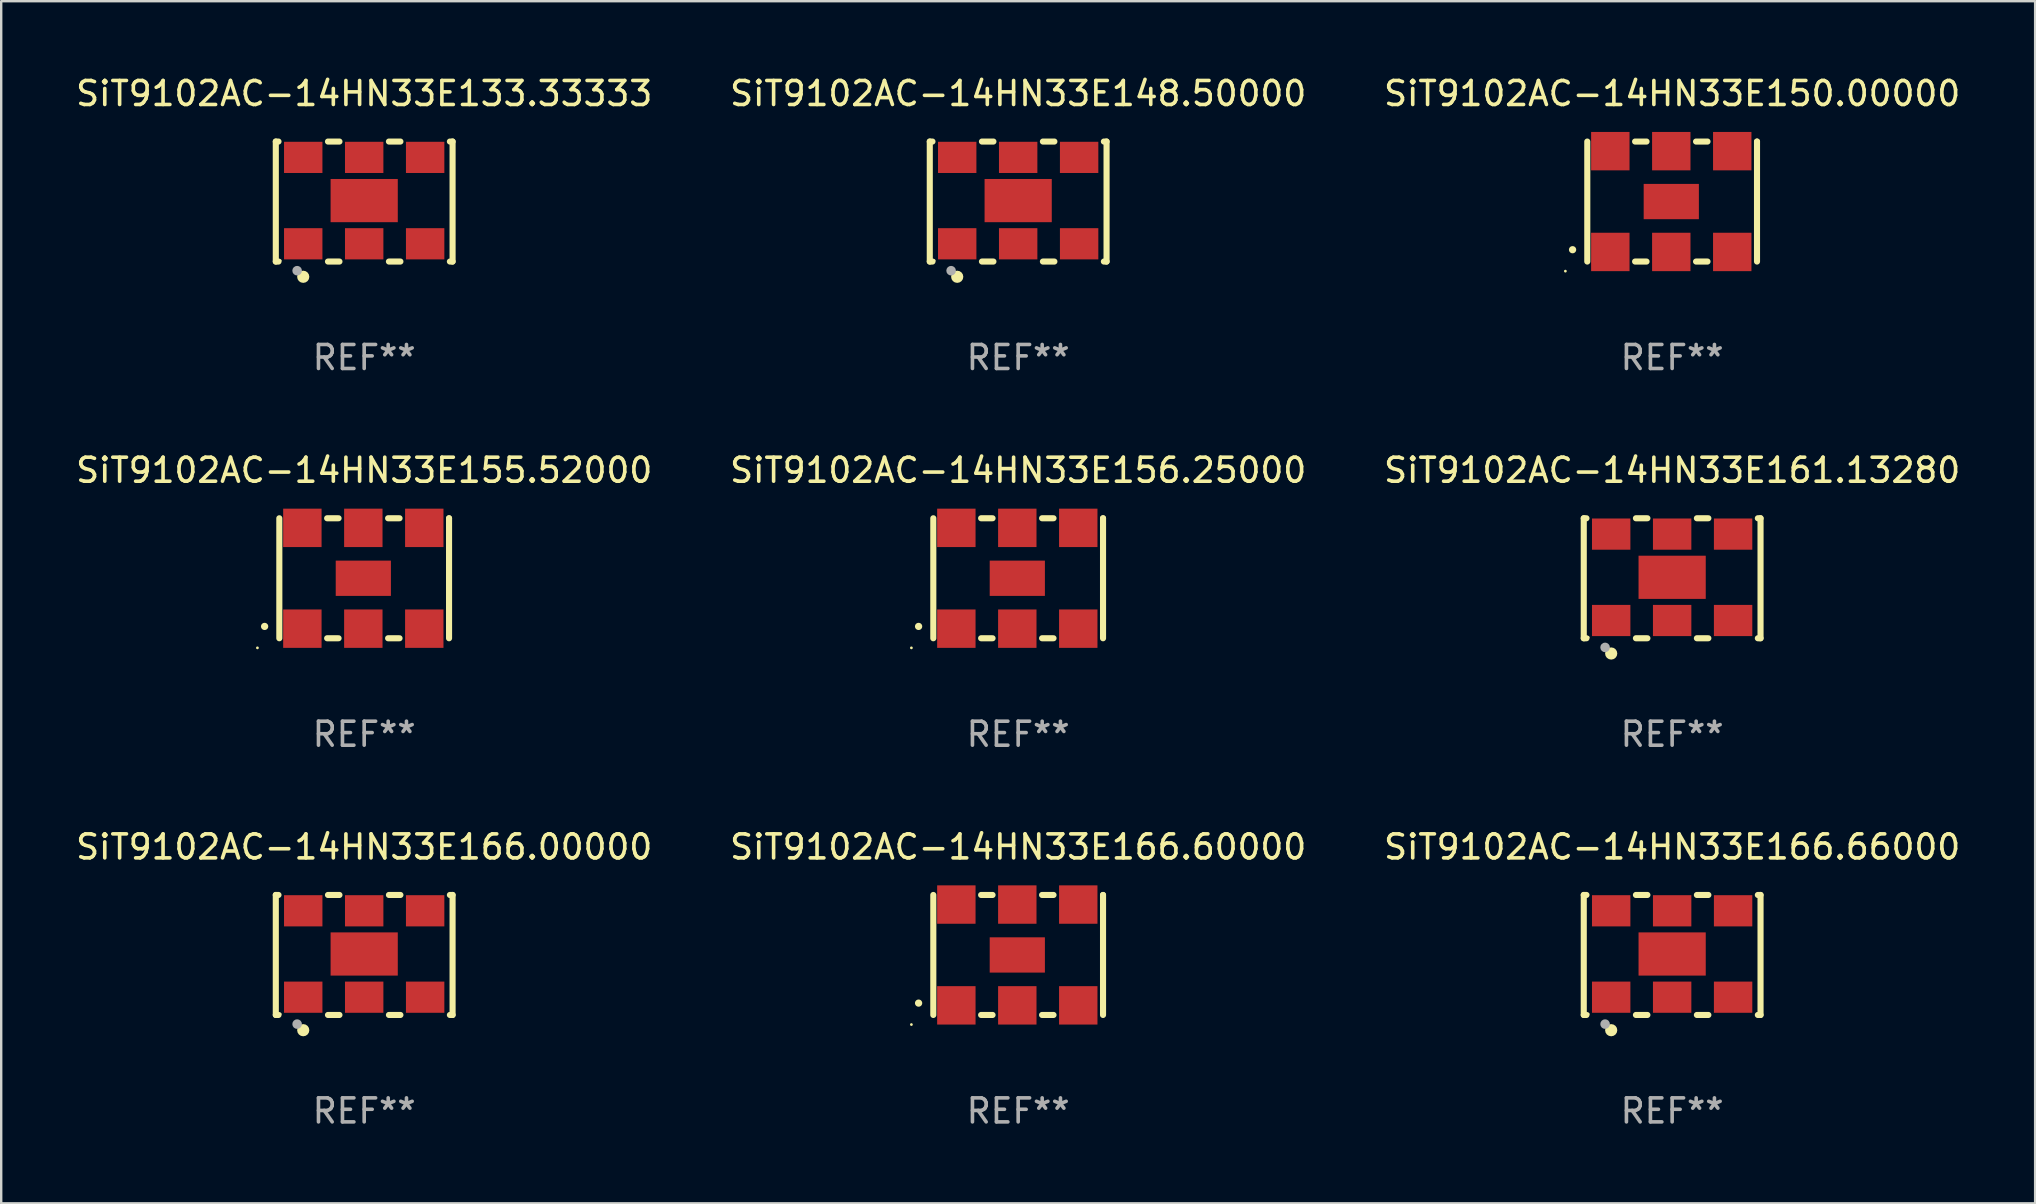
<source format=kicad_pcb>
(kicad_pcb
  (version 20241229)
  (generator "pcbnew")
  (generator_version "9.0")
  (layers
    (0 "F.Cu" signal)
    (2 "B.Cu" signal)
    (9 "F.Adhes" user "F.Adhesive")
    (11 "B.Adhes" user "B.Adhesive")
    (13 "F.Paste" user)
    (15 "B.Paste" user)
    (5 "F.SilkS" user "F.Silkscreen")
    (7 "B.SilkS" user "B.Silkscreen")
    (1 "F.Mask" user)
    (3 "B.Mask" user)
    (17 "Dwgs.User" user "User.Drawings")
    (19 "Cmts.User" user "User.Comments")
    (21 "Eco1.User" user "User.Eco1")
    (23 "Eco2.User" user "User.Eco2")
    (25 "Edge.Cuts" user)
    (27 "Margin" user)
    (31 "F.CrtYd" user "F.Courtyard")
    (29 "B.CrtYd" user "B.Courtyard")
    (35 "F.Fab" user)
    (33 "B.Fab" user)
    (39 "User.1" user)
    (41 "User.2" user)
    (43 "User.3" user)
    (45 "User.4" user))
  (footprint "SiT9102AC-14HN33E148.50000"
    (layer "F.Cu")
    (at 39.375 5.348)
    (property "Reference" "SiT9102AC-14HN33E148.50000" (at 0 -4.5 0) (layer "F.SilkS") (effects (font (size 1 1) (thickness 0.15))))
    (attr through_hole)
    (fp_line (start -3.683 -2.5) (end -3.571 -2.5) (stroke (width 0.254) (type solid)) (layer "F.SilkS"))
    (fp_line (start -3.683 2.5) (end -3.683 -2.5) (stroke (width 0.254) (type solid)) (layer "F.SilkS"))
    (fp_line (start -3.683 2.5) (end -3.571 2.5) (stroke (width 0.254) (type solid)) (layer "F.SilkS"))
    (fp_line (start -1.509 -2.5) (end -1.031 -2.5) (stroke (width 0.254) (type solid)) (layer "F.SilkS"))
    (fp_line (start -1.509 2.5) (end -1.031 2.5) (stroke (width 0.254) (type solid)) (layer "F.SilkS"))
    (fp_line (start 1.031 -2.5) (end 1.509 -2.5) (stroke (width 0.254) (type solid)) (layer "F.SilkS"))
    (fp_line (start 1.031 2.5) (end 1.509 2.5) (stroke (width 0.254) (type solid)) (layer "F.SilkS"))
    (fp_line (start 3.571 -2.5) (end 3.683 -2.5) (stroke (width 0.254) (type solid)) (layer "F.SilkS"))
    (fp_line (start 3.571 2.5) (end 3.683 2.5) (stroke (width 0.254) (type solid)) (layer "F.SilkS"))
    (fp_line (start 3.683 2.5) (end 3.683 -2.5) (stroke (width 0.254) (type solid)) (layer "F.SilkS"))
    (fp_circle (center -3.5 2.46) (end -3.47 2.46) (stroke (width 0.06) (type solid)) (fill no) (layer "F.SilkS"))
    (fp_circle (center -2.54 3.135) (end -2.413 3.135) (stroke (width 0.254) (type solid)) (fill no) (layer "F.SilkS"))
    (fp_circle (center -2.794 2.881) (end -2.694 2.881) (stroke (width 0.2) (type solid)) (fill no) (layer "F.Fab"))
    (fp_text user "REF**" (at 0 6.5 0) (layer "F.Fab") (effects (font (size 1 1) (thickness 0.15))))
    (pad "1" smd rect (at -2.54 1.76) (size 1.6 1.3) (layers "F.Cu" "F.Mask" "F.Paste"))
    (pad "2" smd rect (at 0 1.76) (size 1.6 1.3) (layers "F.Cu" "F.Mask" "F.Paste"))
    (pad "3" smd rect (at 2.54 1.76) (size 1.6 1.3) (layers "F.Cu" "F.Mask" "F.Paste"))
    (pad "4" smd rect (at 2.54 -1.84) (size 1.6 1.3) (layers "F.Cu" "F.Mask" "F.Paste"))
    (pad "5" smd rect (at 0 -1.84) (size 1.6 1.3) (layers "F.Cu" "F.Mask" "F.Paste"))
    (pad "6" smd rect (at -2.54 -1.84) (size 1.6 1.3) (layers "F.Cu" "F.Mask" "F.Paste"))
    (pad "7" smd rect (at 0 -0.04) (size 2.8 1.8) (layers "F.Cu" "F.Mask" "F.Paste")))
  (footprint "SiT9102AC-14HN33E166.00000"
    (layer "F.Cu")
    (at 12.125 36.741)
    (property "Reference" "SiT9102AC-14HN33E166.00000" (at 0 -4.5 0) (layer "F.SilkS") (effects (font (size 1 1) (thickness 0.15))))
    (attr through_hole)
    (fp_line (start -3.683 -2.5) (end -3.571 -2.5) (stroke (width 0.254) (type solid)) (layer "F.SilkS"))
    (fp_line (start -3.683 2.5) (end -3.683 -2.5) (stroke (width 0.254) (type solid)) (layer "F.SilkS"))
    (fp_line (start -3.683 2.5) (end -3.571 2.5) (stroke (width 0.254) (type solid)) (layer "F.SilkS"))
    (fp_line (start -1.509 -2.5) (end -1.031 -2.5) (stroke (width 0.254) (type solid)) (layer "F.SilkS"))
    (fp_line (start -1.509 2.5) (end -1.031 2.5) (stroke (width 0.254) (type solid)) (layer "F.SilkS"))
    (fp_line (start 1.031 -2.5) (end 1.509 -2.5) (stroke (width 0.254) (type solid)) (layer "F.SilkS"))
    (fp_line (start 1.031 2.5) (end 1.509 2.5) (stroke (width 0.254) (type solid)) (layer "F.SilkS"))
    (fp_line (start 3.571 -2.5) (end 3.683 -2.5) (stroke (width 0.254) (type solid)) (layer "F.SilkS"))
    (fp_line (start 3.571 2.5) (end 3.683 2.5) (stroke (width 0.254) (type solid)) (layer "F.SilkS"))
    (fp_line (start 3.683 2.5) (end 3.683 -2.5) (stroke (width 0.254) (type solid)) (layer "F.SilkS"))
    (fp_circle (center -3.5 2.46) (end -3.47 2.46) (stroke (width 0.06) (type solid)) (fill no) (layer "F.SilkS"))
    (fp_circle (center -2.54 3.135) (end -2.413 3.135) (stroke (width 0.254) (type solid)) (fill no) (layer "F.SilkS"))
    (fp_circle (center -2.794 2.881) (end -2.694 2.881) (stroke (width 0.2) (type solid)) (fill no) (layer "F.Fab"))
    (fp_text user "REF**" (at 0 6.5 0) (layer "F.Fab") (effects (font (size 1 1) (thickness 0.15))))
    (pad "1" smd rect (at -2.54 1.76) (size 1.6 1.3) (layers "F.Cu" "F.Mask" "F.Paste"))
    (pad "2" smd rect (at 0 1.76) (size 1.6 1.3) (layers "F.Cu" "F.Mask" "F.Paste"))
    (pad "3" smd rect (at 2.54 1.76) (size 1.6 1.3) (layers "F.Cu" "F.Mask" "F.Paste"))
    (pad "4" smd rect (at 2.54 -1.84) (size 1.6 1.3) (layers "F.Cu" "F.Mask" "F.Paste"))
    (pad "5" smd rect (at 0 -1.84) (size 1.6 1.3) (layers "F.Cu" "F.Mask" "F.Paste"))
    (pad "6" smd rect (at -2.54 -1.84) (size 1.6 1.3) (layers "F.Cu" "F.Mask" "F.Paste"))
    (pad "7" smd rect (at 0 -0.04) (size 2.8 1.8) (layers "F.Cu" "F.Mask" "F.Paste")))
  (footprint "SiT9102AC-14HN33E155.52000"
    (layer "F.Cu")
    (at 12.125 21.045)
    (property "Reference" "SiT9102AC-14HN33E155.52000" (at 0 -4.5 0) (layer "F.SilkS") (effects (font (size 1 1) (thickness 0.15))))
    (attr through_hole)
    (fp_line (start -3.536 -2.5) (end -3.536 2.5) (stroke (width 0.254) (type solid)) (layer "F.SilkS"))
    (fp_line (start -1.544 2.5) (end -1.067 2.5) (stroke (width 0.254) (type solid)) (layer "F.SilkS"))
    (fp_line (start -1.067 -2.5) (end -1.544 -2.5) (stroke (width 0.254) (type solid)) (layer "F.SilkS"))
    (fp_line (start 0.996 2.5) (end 1.473 2.5) (stroke (width 0.254) (type solid)) (layer "F.SilkS"))
    (fp_line (start 1.473 -2.5) (end 0.996 -2.5) (stroke (width 0.254) (type solid)) (layer "F.SilkS"))
    (fp_line (start 3.536 -2.5) (end 3.536 -2.5) (stroke (width 0.254) (type solid)) (layer "F.SilkS"))
    (fp_line (start 3.536 2.5) (end 3.536 -2.5) (stroke (width 0.254) (type solid)) (layer "F.SilkS"))
    (fp_arc (start -4.150432 2.006604) (mid -4.149162 2.006599) (end -4.147892 2.006604) (stroke (width 0.3) (type solid)) (layer "F.SilkS"))
    (fp_circle (center -4.449 2.9) (end -4.419 2.9) (stroke (width 0.06) (type solid)) (fill no) (layer "F.SilkS"))
    (fp_text user "REF**" (at 0 6.5 0) (layer "F.Fab") (effects (font (size 1 1) (thickness 0.15))))
    (pad "1" smd rect (at -2.576 2.1) (size 1.6 1.6) (layers "F.Cu" "F.Mask" "F.Paste"))
    (pad "2" smd rect (at -0.036 2.1) (size 1.6 1.6) (layers "F.Cu" "F.Mask" "F.Paste"))
    (pad "3" smd rect (at 2.504 2.1) (size 1.6 1.6) (layers "F.Cu" "F.Mask" "F.Paste"))
    (pad "4" smd rect (at 2.504 -2.1) (size 1.6 1.6) (layers "F.Cu" "F.Mask" "F.Paste"))
    (pad "5" smd rect (at -0.036 -2.1) (size 1.6 1.6) (layers "F.Cu" "F.Mask" "F.Paste"))
    (pad "6" smd rect (at -2.576 -2.1) (size 1.6 1.6) (layers "F.Cu" "F.Mask" "F.Paste"))
    (pad "7" smd rect (at -0.036 0) (size 2.3 1.47) (layers "F.Cu" "F.Mask" "F.Paste")))
  (footprint "SiT9102AC-14HN33E156.25000"
    (layer "F.Cu")
    (at 39.375 21.045)
    (property "Reference" "SiT9102AC-14HN33E156.25000" (at 0 -4.5 0) (layer "F.SilkS") (effects (font (size 1 1) (thickness 0.15))))
    (attr through_hole)
    (fp_line (start -3.536 -2.5) (end -3.536 2.5) (stroke (width 0.254) (type solid)) (layer "F.SilkS"))
    (fp_line (start -1.544 2.5) (end -1.067 2.5) (stroke (width 0.254) (type solid)) (layer "F.SilkS"))
    (fp_line (start -1.067 -2.5) (end -1.544 -2.5) (stroke (width 0.254) (type solid)) (layer "F.SilkS"))
    (fp_line (start 0.996 2.5) (end 1.473 2.5) (stroke (width 0.254) (type solid)) (layer "F.SilkS"))
    (fp_line (start 1.473 -2.5) (end 0.996 -2.5) (stroke (width 0.254) (type solid)) (layer "F.SilkS"))
    (fp_line (start 3.536 -2.5) (end 3.536 -2.5) (stroke (width 0.254) (type solid)) (layer "F.SilkS"))
    (fp_line (start 3.536 2.5) (end 3.536 -2.5) (stroke (width 0.254) (type solid)) (layer "F.SilkS"))
    (fp_arc (start -4.150432 2.006604) (mid -4.149162 2.006599) (end -4.147892 2.006604) (stroke (width 0.3) (type solid)) (layer "F.SilkS"))
    (fp_circle (center -4.449 2.9) (end -4.419 2.9) (stroke (width 0.06) (type solid)) (fill no) (layer "F.SilkS"))
    (fp_text user "REF**" (at 0 6.5 0) (layer "F.Fab") (effects (font (size 1 1) (thickness 0.15))))
    (pad "1" smd rect (at -2.576 2.1) (size 1.6 1.6) (layers "F.Cu" "F.Mask" "F.Paste"))
    (pad "2" smd rect (at -0.036 2.1) (size 1.6 1.6) (layers "F.Cu" "F.Mask" "F.Paste"))
    (pad "3" smd rect (at 2.504 2.1) (size 1.6 1.6) (layers "F.Cu" "F.Mask" "F.Paste"))
    (pad "4" smd rect (at 2.504 -2.1) (size 1.6 1.6) (layers "F.Cu" "F.Mask" "F.Paste"))
    (pad "5" smd rect (at -0.036 -2.1) (size 1.6 1.6) (layers "F.Cu" "F.Mask" "F.Paste"))
    (pad "6" smd rect (at -2.576 -2.1) (size 1.6 1.6) (layers "F.Cu" "F.Mask" "F.Paste"))
    (pad "7" smd rect (at -0.036 0) (size 2.3 1.47) (layers "F.Cu" "F.Mask" "F.Paste")))
  (footprint "SiT9102AC-14HN33E161.13280"
    (layer "F.Cu")
    (at 66.625 21.045)
    (property "Reference" "SiT9102AC-14HN33E161.13280" (at 0 -4.5 0) (layer "F.SilkS") (effects (font (size 1 1) (thickness 0.15))))
    (attr through_hole)
    (fp_line (start -3.683 -2.5) (end -3.571 -2.5) (stroke (width 0.254) (type solid)) (layer "F.SilkS"))
    (fp_line (start -3.683 2.5) (end -3.683 -2.5) (stroke (width 0.254) (type solid)) (layer "F.SilkS"))
    (fp_line (start -3.683 2.5) (end -3.571 2.5) (stroke (width 0.254) (type solid)) (layer "F.SilkS"))
    (fp_line (start -1.509 -2.5) (end -1.031 -2.5) (stroke (width 0.254) (type solid)) (layer "F.SilkS"))
    (fp_line (start -1.509 2.5) (end -1.031 2.5) (stroke (width 0.254) (type solid)) (layer "F.SilkS"))
    (fp_line (start 1.031 -2.5) (end 1.509 -2.5) (stroke (width 0.254) (type solid)) (layer "F.SilkS"))
    (fp_line (start 1.031 2.5) (end 1.509 2.5) (stroke (width 0.254) (type solid)) (layer "F.SilkS"))
    (fp_line (start 3.571 -2.5) (end 3.683 -2.5) (stroke (width 0.254) (type solid)) (layer "F.SilkS"))
    (fp_line (start 3.571 2.5) (end 3.683 2.5) (stroke (width 0.254) (type solid)) (layer "F.SilkS"))
    (fp_line (start 3.683 2.5) (end 3.683 -2.5) (stroke (width 0.254) (type solid)) (layer "F.SilkS"))
    (fp_circle (center -3.5 2.46) (end -3.47 2.46) (stroke (width 0.06) (type solid)) (fill no) (layer "F.SilkS"))
    (fp_circle (center -2.54 3.135) (end -2.413 3.135) (stroke (width 0.254) (type solid)) (fill no) (layer "F.SilkS"))
    (fp_circle (center -2.794 2.881) (end -2.694 2.881) (stroke (width 0.2) (type solid)) (fill no) (layer "F.Fab"))
    (fp_text user "REF**" (at 0 6.5 0) (layer "F.Fab") (effects (font (size 1 1) (thickness 0.15))))
    (pad "1" smd rect (at -2.54 1.76) (size 1.6 1.3) (layers "F.Cu" "F.Mask" "F.Paste"))
    (pad "2" smd rect (at 0 1.76) (size 1.6 1.3) (layers "F.Cu" "F.Mask" "F.Paste"))
    (pad "3" smd rect (at 2.54 1.76) (size 1.6 1.3) (layers "F.Cu" "F.Mask" "F.Paste"))
    (pad "4" smd rect (at 2.54 -1.84) (size 1.6 1.3) (layers "F.Cu" "F.Mask" "F.Paste"))
    (pad "5" smd rect (at 0 -1.84) (size 1.6 1.3) (layers "F.Cu" "F.Mask" "F.Paste"))
    (pad "6" smd rect (at -2.54 -1.84) (size 1.6 1.3) (layers "F.Cu" "F.Mask" "F.Paste"))
    (pad "7" smd rect (at 0 -0.04) (size 2.8 1.8) (layers "F.Cu" "F.Mask" "F.Paste")))
  (footprint "SiT9102AC-14HN33E166.60000"
    (layer "F.Cu")
    (at 39.375 36.741)
    (property "Reference" "SiT9102AC-14HN33E166.60000" (at 0 -4.5 0) (layer "F.SilkS") (effects (font (size 1 1) (thickness 0.15))))
    (attr through_hole)
    (fp_line (start -3.536 -2.5) (end -3.536 2.5) (stroke (width 0.254) (type solid)) (layer "F.SilkS"))
    (fp_line (start -1.544 2.5) (end -1.067 2.5) (stroke (width 0.254) (type solid)) (layer "F.SilkS"))
    (fp_line (start -1.067 -2.5) (end -1.544 -2.5) (stroke (width 0.254) (type solid)) (layer "F.SilkS"))
    (fp_line (start 0.996 2.5) (end 1.473 2.5) (stroke (width 0.254) (type solid)) (layer "F.SilkS"))
    (fp_line (start 1.473 -2.5) (end 0.996 -2.5) (stroke (width 0.254) (type solid)) (layer "F.SilkS"))
    (fp_line (start 3.536 -2.5) (end 3.536 -2.5) (stroke (width 0.254) (type solid)) (layer "F.SilkS"))
    (fp_line (start 3.536 2.5) (end 3.536 -2.5) (stroke (width 0.254) (type solid)) (layer "F.SilkS"))
    (fp_arc (start -4.150432 2.006604) (mid -4.149162 2.006599) (end -4.147892 2.006604) (stroke (width 0.3) (type solid)) (layer "F.SilkS"))
    (fp_circle (center -4.449 2.9) (end -4.419 2.9) (stroke (width 0.06) (type solid)) (fill no) (layer "F.SilkS"))
    (fp_text user "REF**" (at 0 6.5 0) (layer "F.Fab") (effects (font (size 1 1) (thickness 0.15))))
    (pad "1" smd rect (at -2.576 2.1) (size 1.6 1.6) (layers "F.Cu" "F.Mask" "F.Paste"))
    (pad "2" smd rect (at -0.036 2.1) (size 1.6 1.6) (layers "F.Cu" "F.Mask" "F.Paste"))
    (pad "3" smd rect (at 2.504 2.1) (size 1.6 1.6) (layers "F.Cu" "F.Mask" "F.Paste"))
    (pad "4" smd rect (at 2.504 -2.1) (size 1.6 1.6) (layers "F.Cu" "F.Mask" "F.Paste"))
    (pad "5" smd rect (at -0.036 -2.1) (size 1.6 1.6) (layers "F.Cu" "F.Mask" "F.Paste"))
    (pad "6" smd rect (at -2.576 -2.1) (size 1.6 1.6) (layers "F.Cu" "F.Mask" "F.Paste"))
    (pad "7" smd rect (at -0.036 0) (size 2.3 1.47) (layers "F.Cu" "F.Mask" "F.Paste")))
  (footprint "SiT9102AC-14HN33E166.66000"
    (layer "F.Cu")
    (at 66.625 36.741)
    (property "Reference" "SiT9102AC-14HN33E166.66000" (at 0 -4.5 0) (layer "F.SilkS") (effects (font (size 1 1) (thickness 0.15))))
    (attr through_hole)
    (fp_line (start -3.683 -2.5) (end -3.571 -2.5) (stroke (width 0.254) (type solid)) (layer "F.SilkS"))
    (fp_line (start -3.683 2.5) (end -3.683 -2.5) (stroke (width 0.254) (type solid)) (layer "F.SilkS"))
    (fp_line (start -3.683 2.5) (end -3.571 2.5) (stroke (width 0.254) (type solid)) (layer "F.SilkS"))
    (fp_line (start -1.509 -2.5) (end -1.031 -2.5) (stroke (width 0.254) (type solid)) (layer "F.SilkS"))
    (fp_line (start -1.509 2.5) (end -1.031 2.5) (stroke (width 0.254) (type solid)) (layer "F.SilkS"))
    (fp_line (start 1.031 -2.5) (end 1.509 -2.5) (stroke (width 0.254) (type solid)) (layer "F.SilkS"))
    (fp_line (start 1.031 2.5) (end 1.509 2.5) (stroke (width 0.254) (type solid)) (layer "F.SilkS"))
    (fp_line (start 3.571 -2.5) (end 3.683 -2.5) (stroke (width 0.254) (type solid)) (layer "F.SilkS"))
    (fp_line (start 3.571 2.5) (end 3.683 2.5) (stroke (width 0.254) (type solid)) (layer "F.SilkS"))
    (fp_line (start 3.683 2.5) (end 3.683 -2.5) (stroke (width 0.254) (type solid)) (layer "F.SilkS"))
    (fp_circle (center -3.5 2.46) (end -3.47 2.46) (stroke (width 0.06) (type solid)) (fill no) (layer "F.SilkS"))
    (fp_circle (center -2.54 3.135) (end -2.413 3.135) (stroke (width 0.254) (type solid)) (fill no) (layer "F.SilkS"))
    (fp_circle (center -2.794 2.881) (end -2.694 2.881) (stroke (width 0.2) (type solid)) (fill no) (layer "F.Fab"))
    (fp_text user "REF**" (at 0 6.5 0) (layer "F.Fab") (effects (font (size 1 1) (thickness 0.15))))
    (pad "1" smd rect (at -2.54 1.76) (size 1.6 1.3) (layers "F.Cu" "F.Mask" "F.Paste"))
    (pad "2" smd rect (at 0 1.76) (size 1.6 1.3) (layers "F.Cu" "F.Mask" "F.Paste"))
    (pad "3" smd rect (at 2.54 1.76) (size 1.6 1.3) (layers "F.Cu" "F.Mask" "F.Paste"))
    (pad "4" smd rect (at 2.54 -1.84) (size 1.6 1.3) (layers "F.Cu" "F.Mask" "F.Paste"))
    (pad "5" smd rect (at 0 -1.84) (size 1.6 1.3) (layers "F.Cu" "F.Mask" "F.Paste"))
    (pad "6" smd rect (at -2.54 -1.84) (size 1.6 1.3) (layers "F.Cu" "F.Mask" "F.Paste"))
    (pad "7" smd rect (at 0 -0.04) (size 2.8 1.8) (layers "F.Cu" "F.Mask" "F.Paste")))
  (footprint "SiT9102AC-14HN33E150.00000"
    (layer "F.Cu")
    (at 66.625 5.348)
    (property "Reference" "SiT9102AC-14HN33E150.00000" (at 0 -4.5 0) (layer "F.SilkS") (effects (font (size 1 1) (thickness 0.15))))
    (attr through_hole)
    (fp_line (start -3.536 -2.5) (end -3.536 2.5) (stroke (width 0.254) (type solid)) (layer "F.SilkS"))
    (fp_line (start -1.544 2.5) (end -1.067 2.5) (stroke (width 0.254) (type solid)) (layer "F.SilkS"))
    (fp_line (start -1.067 -2.5) (end -1.544 -2.5) (stroke (width 0.254) (type solid)) (layer "F.SilkS"))
    (fp_line (start 0.996 2.5) (end 1.473 2.5) (stroke (width 0.254) (type solid)) (layer "F.SilkS"))
    (fp_line (start 1.473 -2.5) (end 0.996 -2.5) (stroke (width 0.254) (type solid)) (layer "F.SilkS"))
    (fp_line (start 3.536 -2.5) (end 3.536 -2.5) (stroke (width 0.254) (type solid)) (layer "F.SilkS"))
    (fp_line (start 3.536 2.5) (end 3.536 -2.5) (stroke (width 0.254) (type solid)) (layer "F.SilkS"))
    (fp_arc (start -4.150432 2.006604) (mid -4.149162 2.006599) (end -4.147892 2.006604) (stroke (width 0.3) (type solid)) (layer "F.SilkS"))
    (fp_circle (center -4.449 2.9) (end -4.419 2.9) (stroke (width 0.06) (type solid)) (fill no) (layer "F.SilkS"))
    (fp_text user "REF**" (at 0 6.5 0) (layer "F.Fab") (effects (font (size 1 1) (thickness 0.15))))
    (pad "1" smd rect (at -2.576 2.1) (size 1.6 1.6) (layers "F.Cu" "F.Mask" "F.Paste"))
    (pad "2" smd rect (at -0.036 2.1) (size 1.6 1.6) (layers "F.Cu" "F.Mask" "F.Paste"))
    (pad "3" smd rect (at 2.504 2.1) (size 1.6 1.6) (layers "F.Cu" "F.Mask" "F.Paste"))
    (pad "4" smd rect (at 2.504 -2.1) (size 1.6 1.6) (layers "F.Cu" "F.Mask" "F.Paste"))
    (pad "5" smd rect (at -0.036 -2.1) (size 1.6 1.6) (layers "F.Cu" "F.Mask" "F.Paste"))
    (pad "6" smd rect (at -2.576 -2.1) (size 1.6 1.6) (layers "F.Cu" "F.Mask" "F.Paste"))
    (pad "7" smd rect (at -0.036 0) (size 2.3 1.47) (layers "F.Cu" "F.Mask" "F.Paste")))
  (footprint "SiT9102AC-14HN33E133.33333"
    (layer "F.Cu")
    (at 12.125 5.348)
    (property "Reference" "SiT9102AC-14HN33E133.33333" (at 0 -4.5 0) (layer "F.SilkS") (effects (font (size 1 1) (thickness 0.15))))
    (attr through_hole)
    (fp_line (start -3.683 -2.5) (end -3.571 -2.5) (stroke (width 0.254) (type solid)) (layer "F.SilkS"))
    (fp_line (start -3.683 2.5) (end -3.683 -2.5) (stroke (width 0.254) (type solid)) (layer "F.SilkS"))
    (fp_line (start -3.683 2.5) (end -3.571 2.5) (stroke (width 0.254) (type solid)) (layer "F.SilkS"))
    (fp_line (start -1.509 -2.5) (end -1.031 -2.5) (stroke (width 0.254) (type solid)) (layer "F.SilkS"))
    (fp_line (start -1.509 2.5) (end -1.031 2.5) (stroke (width 0.254) (type solid)) (layer "F.SilkS"))
    (fp_line (start 1.031 -2.5) (end 1.509 -2.5) (stroke (width 0.254) (type solid)) (layer "F.SilkS"))
    (fp_line (start 1.031 2.5) (end 1.509 2.5) (stroke (width 0.254) (type solid)) (layer "F.SilkS"))
    (fp_line (start 3.571 -2.5) (end 3.683 -2.5) (stroke (width 0.254) (type solid)) (layer "F.SilkS"))
    (fp_line (start 3.571 2.5) (end 3.683 2.5) (stroke (width 0.254) (type solid)) (layer "F.SilkS"))
    (fp_line (start 3.683 2.5) (end 3.683 -2.5) (stroke (width 0.254) (type solid)) (layer "F.SilkS"))
    (fp_circle (center -3.5 2.46) (end -3.47 2.46) (stroke (width 0.06) (type solid)) (fill no) (layer "F.SilkS"))
    (fp_circle (center -2.54 3.135) (end -2.413 3.135) (stroke (width 0.254) (type solid)) (fill no) (layer "F.SilkS"))
    (fp_circle (center -2.794 2.881) (end -2.694 2.881) (stroke (width 0.2) (type solid)) (fill no) (layer "F.Fab"))
    (fp_text user "REF**" (at 0 6.5 0) (layer "F.Fab") (effects (font (size 1 1) (thickness 0.15))))
    (pad "1" smd rect (at -2.54 1.76) (size 1.6 1.3) (layers "F.Cu" "F.Mask" "F.Paste"))
    (pad "2" smd rect (at 0 1.76) (size 1.6 1.3) (layers "F.Cu" "F.Mask" "F.Paste"))
    (pad "3" smd rect (at 2.54 1.76) (size 1.6 1.3) (layers "F.Cu" "F.Mask" "F.Paste"))
    (pad "4" smd rect (at 2.54 -1.84) (size 1.6 1.3) (layers "F.Cu" "F.Mask" "F.Paste"))
    (pad "5" smd rect (at 0 -1.84) (size 1.6 1.3) (layers "F.Cu" "F.Mask" "F.Paste"))
    (pad "6" smd rect (at -2.54 -1.84) (size 1.6 1.3) (layers "F.Cu" "F.Mask" "F.Paste"))
    (pad "7" smd rect (at 0 -0.04) (size 2.8 1.8) (layers "F.Cu" "F.Mask" "F.Paste")))
  (gr_rect
    (start -3 -3)
    (end 81.75 47.09)
    (stroke (width 0.1) (type default))
    (fill no)
    (layer "Edge.Cuts")))
</source>
